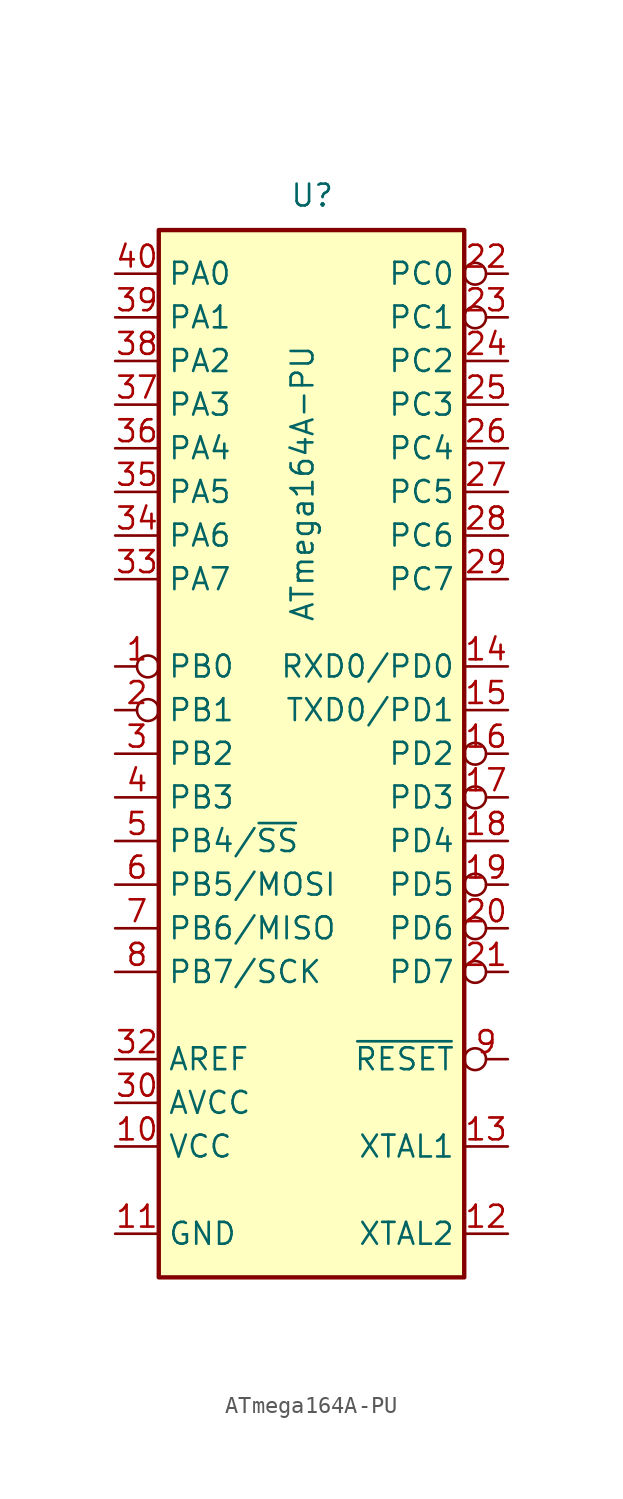
<source format=kicad_sym>
(kicad_symbol_lib
  (version 20211014)
  (generator kicad_symbol_editor)
  (symbol "ATmega164A-PU"
    (property "Reference" "U"
      (at -1.27 31.75 0)
      (effects (font (size 1.27 1.27)) (justify left bottom)))
    (property "Value" "ATmega164A-PU"
      (at -1.27 7.62 90)
      (effects (font (size 1.27 1.27)) (justify left top)))
    (symbol "ATmega164A-PU_0_1"
      (rectangle (start -8.89 -30.48) (end 8.89 30.48) (stroke (width 0.254) (type default) (color 0 0 0 0)) (fill (type background))))
    (symbol "ATmega164A-PU_1_1"
      (pin output inverted (at -11.43 5.08 0) (length 2.54) (name "PB0" (effects (font (size 1.27 1.27)))) (number "1" (effects (font (size 1.27 1.27)))))
      (pin power_in line (at -11.43 -22.86 0) (length 2.54) (name "VCC" (effects (font (size 1.27 1.27)))) (number "10" (effects (font (size 1.27 1.27)))))
      (pin power_in line (at -11.43 -27.94 0) (length 2.54) (name "GND" (effects (font (size 1.27 1.27)))) (number "11" (effects (font (size 1.27 1.27)))))
      (pin output line (at 11.43 -27.94 180) (length 2.54) (name "XTAL2" (effects (font (size 1.27 1.27)))) (number "12" (effects (font (size 1.27 1.27)))))
      (pin input line (at 11.43 -22.86 180) (length 2.54) (name "XTAL1" (effects (font (size 1.27 1.27)))) (number "13" (effects (font (size 1.27 1.27)))))
      (pin input line (at 11.43 5.08 180) (length 2.54) (name "RXD0/PD0" (effects (font (size 1.27 1.27)))) (number "14" (effects (font (size 1.27 1.27)))))
      (pin output line (at 11.43 2.54 180) (length 2.54) (name "TXD0/PD1" (effects (font (size 1.27 1.27)))) (number "15" (effects (font (size 1.27 1.27)))))
      (pin input inverted (at 11.43 0 180) (length 2.54) (name "PD2" (effects (font (size 1.27 1.27)))) (number "16" (effects (font (size 1.27 1.27)))))
      (pin input inverted (at 11.43 -2.54 180) (length 2.54) (name "PD3" (effects (font (size 1.27 1.27)))) (number "17" (effects (font (size 1.27 1.27)))))
      (pin output line (at 11.43 -5.08 180) (length 2.54) (name "PD4" (effects (font (size 1.27 1.27)))) (number "18" (effects (font (size 1.27 1.27)))))
      (pin output inverted (at 11.43 -7.62 180) (length 2.54) (name "PD5" (effects (font (size 1.27 1.27)))) (number "19" (effects (font (size 1.27 1.27)))))
      (pin output inverted (at -11.43 2.54 0) (length 2.54) (name "PB1" (effects (font (size 1.27 1.27)))) (number "2" (effects (font (size 1.27 1.27)))))
      (pin output inverted (at 11.43 -10.16 180) (length 2.54) (name "PD6" (effects (font (size 1.27 1.27)))) (number "20" (effects (font (size 1.27 1.27)))))
      (pin output inverted (at 11.43 -12.7 180) (length 2.54) (name "PD7" (effects (font (size 1.27 1.27)))) (number "21" (effects (font (size 1.27 1.27)))))
      (pin output inverted (at 11.43 27.94 180) (length 2.54) (name "PC0" (effects (font (size 1.27 1.27)))) (number "22" (effects (font (size 1.27 1.27)))))
      (pin output inverted (at 11.43 25.4 180) (length 2.54) (name "PC1" (effects (font (size 1.27 1.27)))) (number "23" (effects (font (size 1.27 1.27)))))
      (pin input line (at 11.43 22.86 180) (length 2.54) (name "PC2" (effects (font (size 1.27 1.27)))) (number "24" (effects (font (size 1.27 1.27)))))
      (pin input line (at 11.43 20.32 180) (length 2.54) (name "PC3" (effects (font (size 1.27 1.27)))) (number "25" (effects (font (size 1.27 1.27)))))
      (pin input line (at 11.43 17.78 180) (length 2.54) (name "PC4" (effects (font (size 1.27 1.27)))) (number "26" (effects (font (size 1.27 1.27)))))
      (pin input line (at 11.43 15.24 180) (length 2.54) (name "PC5" (effects (font (size 1.27 1.27)))) (number "27" (effects (font (size 1.27 1.27)))))
      (pin input line (at 11.43 12.7 180) (length 2.54) (name "PC6" (effects (font (size 1.27 1.27)))) (number "28" (effects (font (size 1.27 1.27)))))
      (pin input line (at 11.43 10.16 180) (length 2.54) (name "PC7" (effects (font (size 1.27 1.27)))) (number "29" (effects (font (size 1.27 1.27)))))
      (pin input line (at -11.43 0 0) (length 2.54) (name "PB2" (effects (font (size 1.27 1.27)))) (number "3" (effects (font (size 1.27 1.27)))))
      (pin power_in line (at -11.43 -20.32 0) (length 2.54) (name "AVCC" (effects (font (size 1.27 1.27)))) (number "30" (effects (font (size 1.27 1.27)))))
      (pin power_in line (at -11.43 -27.94 0) (length 2.54) hide (name "GND" (effects (font (size 1.27 1.27)))) (number "31" (effects (font (size 1.27 1.27)))))
      (pin passive line (at -11.43 -17.78 0) (length 2.54) (name "AREF" (effects (font (size 1.27 1.27)))) (number "32" (effects (font (size 1.27 1.27)))))
      (pin bidirectional line (at -11.43 10.16 0) (length 2.54) (name "PA7" (effects (font (size 1.27 1.27)))) (number "33" (effects (font (size 1.27 1.27)))))
      (pin bidirectional line (at -11.43 12.7 0) (length 2.54) (name "PA6" (effects (font (size 1.27 1.27)))) (number "34" (effects (font (size 1.27 1.27)))))
      (pin bidirectional line (at -11.43 15.24 0) (length 2.54) (name "PA5" (effects (font (size 1.27 1.27)))) (number "35" (effects (font (size 1.27 1.27)))))
      (pin bidirectional line (at -11.43 17.78 0) (length 2.54) (name "PA4" (effects (font (size 1.27 1.27)))) (number "36" (effects (font (size 1.27 1.27)))))
      (pin bidirectional line (at -11.43 20.32 0) (length 2.54) (name "PA3" (effects (font (size 1.27 1.27)))) (number "37" (effects (font (size 1.27 1.27)))))
      (pin bidirectional line (at -11.43 22.86 0) (length 2.54) (name "PA2" (effects (font (size 1.27 1.27)))) (number "38" (effects (font (size 1.27 1.27)))))
      (pin bidirectional line (at -11.43 25.4 0) (length 2.54) (name "PA1" (effects (font (size 1.27 1.27)))) (number "39" (effects (font (size 1.27 1.27)))))
      (pin input line (at -11.43 -2.54 0) (length 2.54) (name "PB3" (effects (font (size 1.27 1.27)))) (number "4" (effects (font (size 1.27 1.27)))))
      (pin bidirectional line (at -11.43 27.94 0) (length 2.54) (name "PA0" (effects (font (size 1.27 1.27)))) (number "40" (effects (font (size 1.27 1.27)))))
      (pin output line (at -11.43 -5.08 0) (length 2.54) (name "PB4/~{SS}" (effects (font (size 1.27 1.27)))) (number "5" (effects (font (size 1.27 1.27)))))
      (pin output line (at -11.43 -7.62 0) (length 2.54) (name "PB5/MOSI" (effects (font (size 1.27 1.27)))) (number "6" (effects (font (size 1.27 1.27)))))
      (pin input line (at -11.43 -10.16 0) (length 2.54) (name "PB6/MISO" (effects (font (size 1.27 1.27)))) (number "7" (effects (font (size 1.27 1.27)))))
      (pin output line (at -11.43 -12.7 0) (length 2.54) (name "PB7/SCK" (effects (font (size 1.27 1.27)))) (number "8" (effects (font (size 1.27 1.27)))))
      (pin input inverted (at 11.43 -17.78 180) (length 2.54) (name "~{RESET}" (effects (font (size 1.27 1.27)))) (number "9" (effects (font (size 1.27 1.27))))))))
</source>
